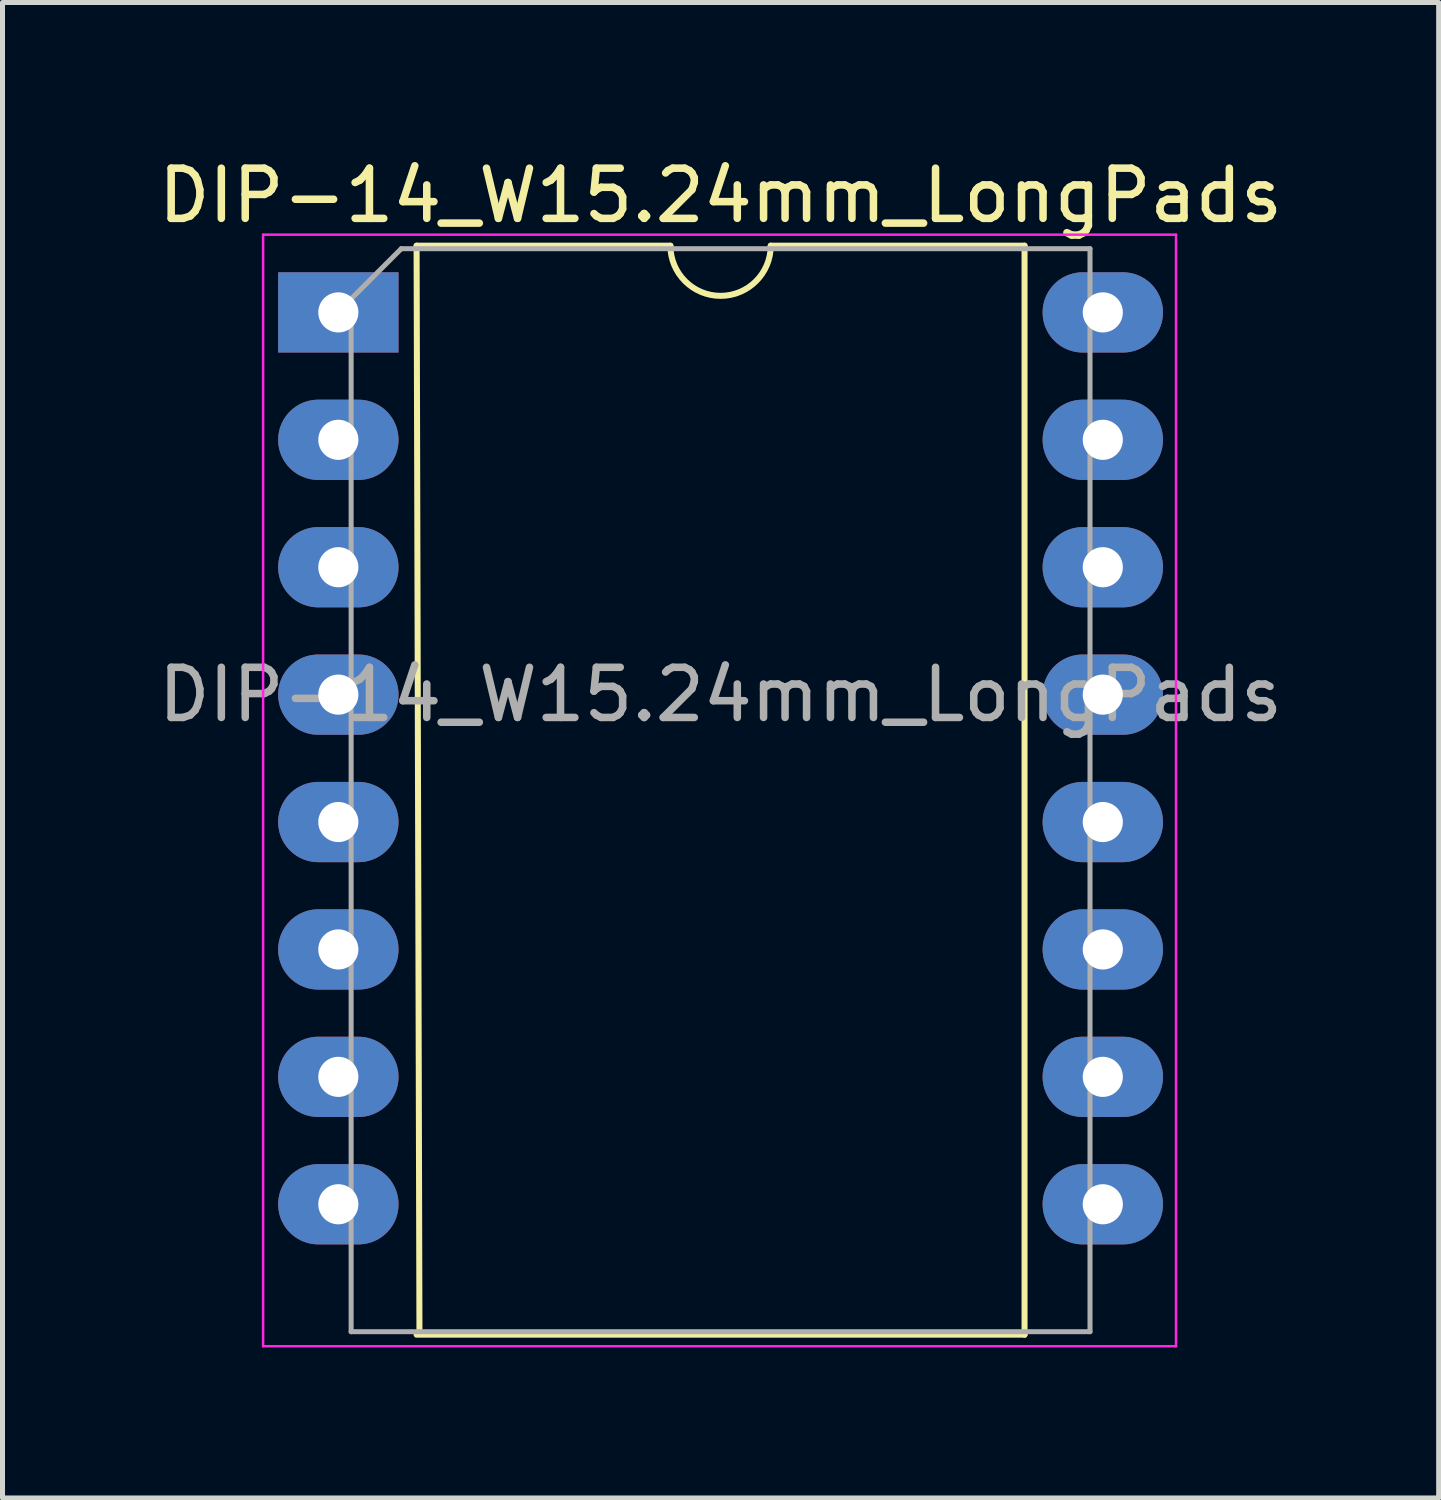
<source format=kicad_pcb>
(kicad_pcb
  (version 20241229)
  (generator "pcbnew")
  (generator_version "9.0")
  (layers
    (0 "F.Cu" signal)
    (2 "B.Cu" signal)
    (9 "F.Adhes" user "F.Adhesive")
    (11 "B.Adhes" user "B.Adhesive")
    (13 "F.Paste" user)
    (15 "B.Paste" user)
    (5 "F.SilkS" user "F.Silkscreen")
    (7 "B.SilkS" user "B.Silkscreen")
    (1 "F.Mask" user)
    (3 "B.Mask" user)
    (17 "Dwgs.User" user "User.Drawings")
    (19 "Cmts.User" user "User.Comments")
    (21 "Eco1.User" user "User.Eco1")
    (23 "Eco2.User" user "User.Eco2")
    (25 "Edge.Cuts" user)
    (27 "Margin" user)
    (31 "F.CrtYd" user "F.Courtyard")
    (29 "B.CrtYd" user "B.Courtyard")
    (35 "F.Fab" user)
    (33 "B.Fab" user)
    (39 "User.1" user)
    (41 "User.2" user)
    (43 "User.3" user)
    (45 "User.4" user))
  (footprint "DIP-14_W15.24mm_LongPads"
    (layer "F.Cu")
    (at 3.695 3.178)
    (property "Reference" "DIP-14_W15.24mm_LongPads" (at 7.62 -2.33 0) (layer "F.SilkS") (effects (font (size 1 1) (thickness 0.15))))
    (attr through_hole)
    (fp_line (start 1.56 -1.33) (end 1.617 20.32) (stroke (width 0.12) (type solid)) (layer "F.SilkS"))
    (fp_line (start 1.56 20.38) (end 13.68 20.38) (stroke (width 0.12) (type solid)) (layer "F.SilkS"))
    (fp_line (start 6.62 -1.33) (end 1.56 -1.33) (stroke (width 0.12) (type solid)) (layer "F.SilkS"))
    (fp_line (start 13.68 -1.33) (end 8.62 -1.33) (stroke (width 0.12) (type solid)) (layer "F.SilkS"))
    (fp_line (start 13.68 20.38) (end 13.68 -1.33) (stroke (width 0.12) (type solid)) (layer "F.SilkS"))
    (fp_arc (start 8.62 -1.33) (mid 7.62 -0.33) (end 6.62 -1.33) (stroke (width 0.12) (type solid)) (layer "F.SilkS"))
    (fp_line (start -1.5 -1.55) (end -1.5 20.61) (stroke (width 0.05) (type solid)) (layer "F.CrtYd"))
    (fp_line (start -1.5 20.61) (end 16.7 20.61) (stroke (width 0.05) (type solid)) (layer "F.CrtYd"))
    (fp_line (start 16.7 -1.55) (end -1.5 -1.55) (stroke (width 0.05) (type solid)) (layer "F.CrtYd"))
    (fp_line (start 16.7 20.61) (end 16.7 -1.55) (stroke (width 0.05) (type solid)) (layer "F.CrtYd"))
    (fp_line (start 0.255 -0.27) (end 1.255 -1.27) (stroke (width 0.1) (type solid)) (layer "F.Fab"))
    (fp_line (start 0.255 20.32) (end 0.255 -0.27) (stroke (width 0.1) (type solid)) (layer "F.Fab"))
    (fp_line (start 1.255 -1.27) (end 14.985 -1.27) (stroke (width 0.1) (type solid)) (layer "F.Fab"))
    (fp_line (start 14.985 -1.27) (end 14.985 20.32) (stroke (width 0.1) (type solid)) (layer "F.Fab"))
    (fp_line (start 14.985 20.32) (end 0.255 20.32) (stroke (width 0.1) (type solid)) (layer "F.Fab"))
    (fp_text user "${REFERENCE}" (at 7.62 7.62 0) (layer "F.Fab") (effects (font (size 1 1) (thickness 0.15))))
    (pad "1" thru_hole rect (at 0 0) (size 2.4 1.6) (drill 0.8) (layers "*.Cu" "*.Mask"))
    (pad "2" thru_hole oval (at 0 2.54) (size 2.4 1.6) (drill 0.8) (layers "*.Cu" "*.Mask"))
    (pad "3" thru_hole oval (at 0 5.08) (size 2.4 1.6) (drill 0.8) (layers "*.Cu" "*.Mask"))
    (pad "4" thru_hole oval (at 0 7.62) (size 2.4 1.6) (drill 0.8) (layers "*.Cu" "*.Mask"))
    (pad "5" thru_hole oval (at 0 10.16) (size 2.4 1.6) (drill 0.8) (layers "*.Cu" "*.Mask"))
    (pad "6" thru_hole oval (at 0 12.7) (size 2.4 1.6) (drill 0.8) (layers "*.Cu" "*.Mask"))
    (pad "7" thru_hole oval (at 0 15.24) (size 2.4 1.6) (drill 0.8) (layers "*.Cu" "*.Mask"))
    (pad "8" thru_hole oval (at 0 17.78) (size 2.4 1.6) (drill 0.8) (layers "*.Cu" "*.Mask"))
    (pad "17" thru_hole oval (at 15.24 17.78) (size 2.4 1.6) (drill 0.8) (layers "*.Cu" "*.Mask"))
    (pad "18" thru_hole oval (at 15.24 15.24) (size 2.4 1.6) (drill 0.8) (layers "*.Cu" "*.Mask"))
    (pad "19" thru_hole oval (at 15.24 12.7) (size 2.4 1.6) (drill 0.8) (layers "*.Cu" "*.Mask"))
    (pad "20" thru_hole oval (at 15.24 10.16) (size 2.4 1.6) (drill 0.8) (layers "*.Cu" "*.Mask"))
    (pad "21" thru_hole oval (at 15.24 7.62) (size 2.4 1.6) (drill 0.8) (layers "*.Cu" "*.Mask"))
    (pad "22" thru_hole oval (at 15.24 5.08) (size 2.4 1.6) (drill 0.8) (layers "*.Cu" "*.Mask"))
    (pad "23" thru_hole oval (at 15.24 2.54) (size 2.4 1.6) (drill 0.8) (layers "*.Cu" "*.Mask"))
    (pad "24" thru_hole oval (at 15.24 0) (size 2.4 1.6) (drill 0.8) (layers "*.Cu" "*.Mask")))
  (gr_rect
    (start -3 -3)
    (end 25.631 26.813)
    (stroke (width 0.1) (type default))
    (fill no)
    (layer "Edge.Cuts")))
</source>
